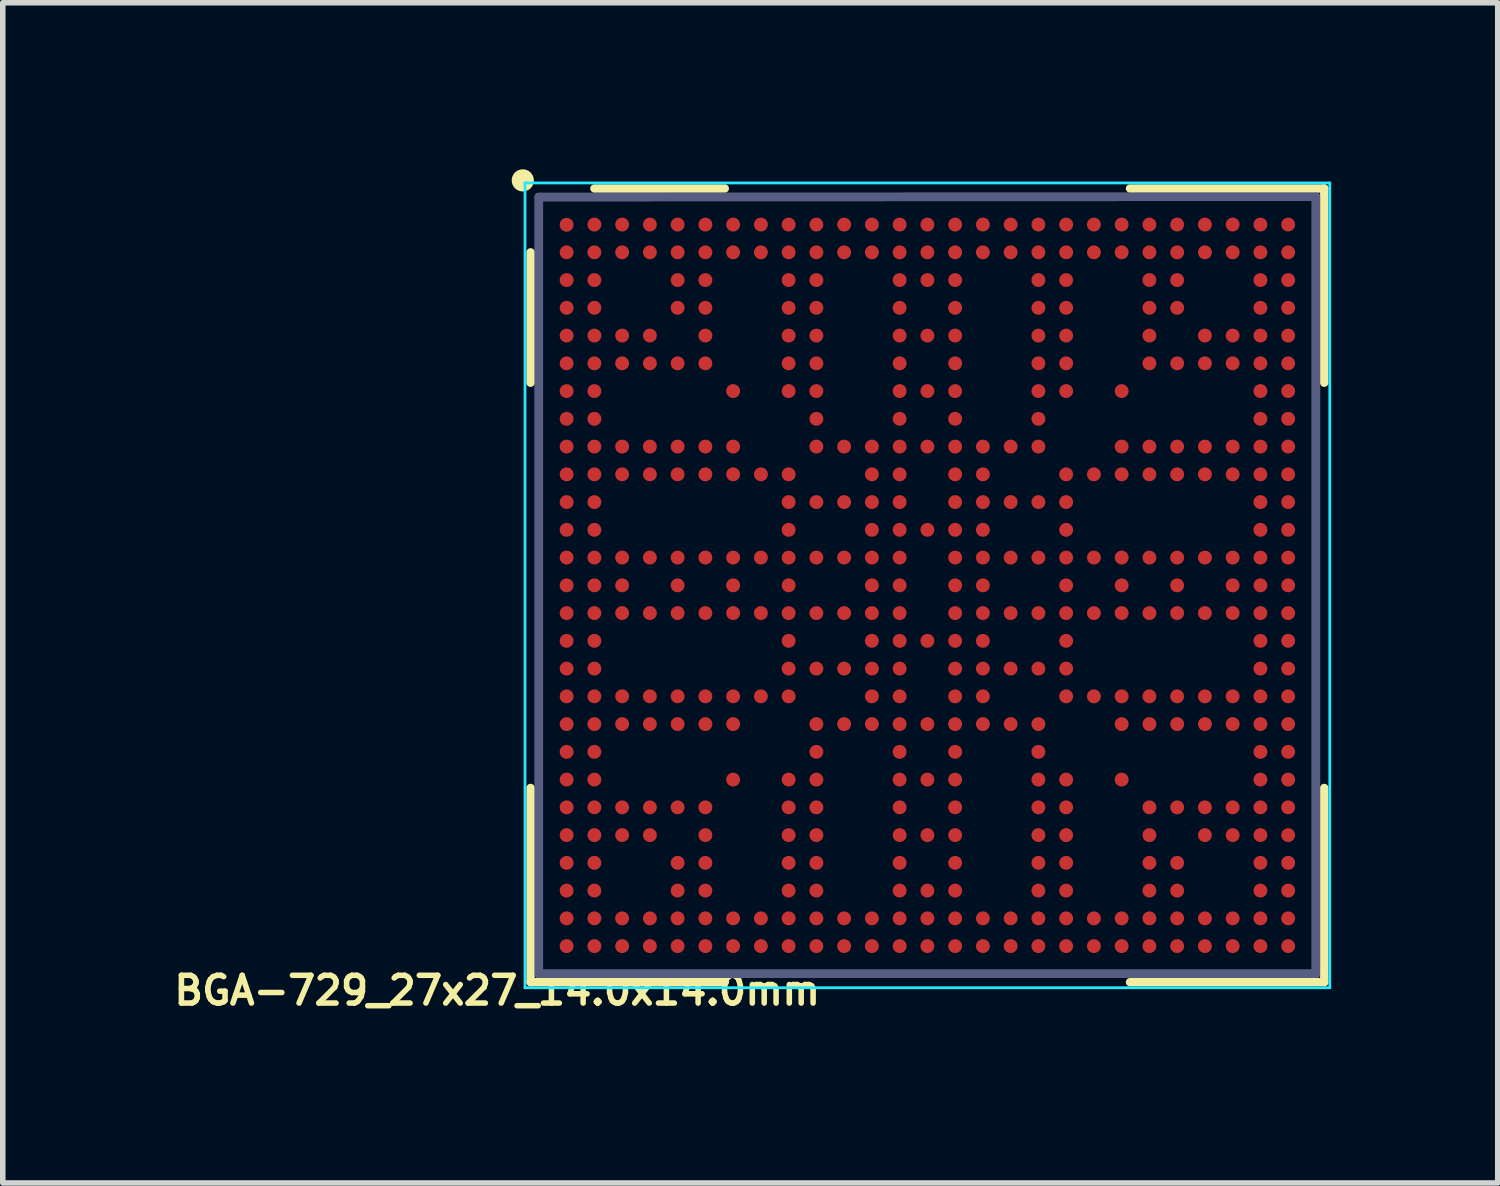
<source format=kicad_pcb>
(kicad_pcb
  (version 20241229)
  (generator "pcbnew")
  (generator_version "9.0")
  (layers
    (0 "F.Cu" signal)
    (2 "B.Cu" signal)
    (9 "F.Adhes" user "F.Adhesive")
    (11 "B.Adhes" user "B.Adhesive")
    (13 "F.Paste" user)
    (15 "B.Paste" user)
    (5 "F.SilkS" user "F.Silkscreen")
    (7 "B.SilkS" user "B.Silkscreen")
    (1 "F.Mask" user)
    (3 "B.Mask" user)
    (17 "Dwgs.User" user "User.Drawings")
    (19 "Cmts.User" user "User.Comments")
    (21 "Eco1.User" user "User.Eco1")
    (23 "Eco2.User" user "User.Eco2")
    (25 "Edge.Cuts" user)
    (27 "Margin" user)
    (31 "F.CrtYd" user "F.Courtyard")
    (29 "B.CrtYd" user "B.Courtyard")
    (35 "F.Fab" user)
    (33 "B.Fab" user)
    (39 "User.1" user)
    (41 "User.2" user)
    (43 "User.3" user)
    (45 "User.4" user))
  (footprint "BGA-729_27x27_14.0x14.0mm"
    (layer "F.Cu")
    (at 13.669 7.5)
    (property "Reference" "BGA-729_27x27_14.0x14.0mm" (at -7.76 7.296 0) (layer "F.SilkS") (effects (font (size 0.5 0.5) (thickness 0.1))))
    (attr smd)
    (fp_line (start -7.16 -3.654) (end -7.16 -6.004) (stroke (width 0.15) (type solid)) (layer "F.SilkS"))
    (fp_line (start -7.16 3.646) (end -7.16 7.146) (stroke (width 0.15) (type solid)) (layer "F.SilkS"))
    (fp_line (start -7.16 7.146) (end -3.66 7.146) (stroke (width 0.15) (type solid)) (layer "F.SilkS"))
    (fp_line (start -6.01 -7.154) (end -3.66 -7.154) (stroke (width 0.15) (type solid)) (layer "F.SilkS"))
    (fp_line (start 7.14 -7.154) (end 3.64 -7.154) (stroke (width 0.15) (type solid)) (layer "F.SilkS"))
    (fp_line (start 7.14 -3.654) (end 7.14 -7.154) (stroke (width 0.15) (type solid)) (layer "F.SilkS"))
    (fp_line (start 7.14 3.646) (end 7.14 7.146) (stroke (width 0.15) (type solid)) (layer "F.SilkS"))
    (fp_line (start 7.14 7.146) (end 3.64 7.146) (stroke (width 0.15) (type solid)) (layer "F.SilkS"))
    (fp_circle (center -7.3 -7.3) (end -7.2 -7.3) (stroke (width 0.2) (type solid)) (fill no) (layer "F.SilkS"))
    (fp_line (start -7.26 -7.254) (end -7.26 7.246) (stroke (width 0.05) (type solid)) (layer "B.CrtYd"))
    (fp_line (start -7.26 7.246) (end 7.24 7.246) (stroke (width 0.05) (type solid)) (layer "B.CrtYd"))
    (fp_line (start 7.24 -7.254) (end -7.26 -7.254) (stroke (width 0.05) (type solid)) (layer "B.CrtYd"))
    (fp_line (start 7.24 7.246) (end 7.24 -7.254) (stroke (width 0.05) (type solid)) (layer "B.CrtYd"))
    (fp_line (start -7.01 -7) (end 6.99 -7.004) (stroke (width 0.15) (type solid)) (layer "B.Fab"))
    (fp_line (start -7.01 6.996) (end -7.01 -7) (stroke (width 0.15) (type solid)) (layer "B.Fab"))
    (fp_line (start 6.99 -7.004) (end 6.99 6.996) (stroke (width 0.15) (type solid)) (layer "B.Fab"))
    (fp_line (start 6.99 6.996) (end -7.01 6.996) (stroke (width 0.15) (type solid)) (layer "B.Fab"))
    (fp_line (start -7.01 -7) (end 6.99 -7.004) (stroke (width 0.15) (type solid)) (layer "F.Fab"))
    (fp_line (start -7.01 6.996) (end -7.01 -7) (stroke (width 0.15) (type solid)) (layer "F.Fab"))
    (fp_line (start 6.99 -7.004) (end 6.99 6.996) (stroke (width 0.15) (type solid)) (layer "F.Fab"))
    (fp_line (start 6.99 6.996) (end -7.01 6.996) (stroke (width 0.15) (type solid)) (layer "F.Fab"))
    (pad "A1" smd circle (at -6.51 -6.5) (size 0.25 0.25) (layers "F.Cu" "F.Mask" "F.Paste"))
    (pad "A2" smd circle (at -6.01 -6.504) (size 0.25 0.25) (layers "F.Cu" "F.Mask" "F.Paste"))
    (pad "A3" smd circle (at -5.51 -6.504) (size 0.25 0.25) (layers "F.Cu" "F.Mask" "F.Paste"))
    (pad "A4" smd circle (at -5.01 -6.504) (size 0.25 0.25) (layers "F.Cu" "F.Mask" "F.Paste"))
    (pad "A5" smd circle (at -4.51 -6.504) (size 0.25 0.25) (layers "F.Cu" "F.Mask" "F.Paste"))
    (pad "A6" smd circle (at -4.01 -6.504) (size 0.25 0.25) (layers "F.Cu" "F.Mask" "F.Paste"))
    (pad "A7" smd circle (at -3.51 -6.504) (size 0.25 0.25) (layers "F.Cu" "F.Mask" "F.Paste"))
    (pad "A8" smd circle (at -3.01 -6.504) (size 0.25 0.25) (layers "F.Cu" "F.Mask" "F.Paste"))
    (pad "A9" smd circle (at -2.51 -6.504) (size 0.25 0.25) (layers "F.Cu" "F.Mask" "F.Paste"))
    (pad "A10" smd circle (at -2.01 -6.504) (size 0.25 0.25) (layers "F.Cu" "F.Mask" "F.Paste"))
    (pad "A11" smd circle (at -1.51 -6.504) (size 0.25 0.25) (layers "F.Cu" "F.Mask" "F.Paste"))
    (pad "A12" smd circle (at -1.01 -6.504) (size 0.25 0.25) (layers "F.Cu" "F.Mask" "F.Paste"))
    (pad "A13" smd circle (at -0.51 -6.504) (size 0.25 0.25) (layers "F.Cu" "F.Mask" "F.Paste"))
    (pad "A14" smd circle (at -0.01 -6.504) (size 0.25 0.25) (layers "F.Cu" "F.Mask" "F.Paste"))
    (pad "A15" smd circle (at 0.49 -6.504) (size 0.25 0.25) (layers "F.Cu" "F.Mask" "F.Paste"))
    (pad "A16" smd circle (at 0.99 -6.504) (size 0.25 0.25) (layers "F.Cu" "F.Mask" "F.Paste"))
    (pad "A17" smd circle (at 1.49 -6.504) (size 0.25 0.25) (layers "F.Cu" "F.Mask" "F.Paste"))
    (pad "A18" smd circle (at 1.99 -6.504) (size 0.25 0.25) (layers "F.Cu" "F.Mask" "F.Paste"))
    (pad "A19" smd circle (at 2.49 -6.504) (size 0.25 0.25) (layers "F.Cu" "F.Mask" "F.Paste"))
    (pad "A20" smd circle (at 2.99 -6.504) (size 0.25 0.25) (layers "F.Cu" "F.Mask" "F.Paste"))
    (pad "A21" smd circle (at 3.49 -6.504) (size 0.25 0.25) (layers "F.Cu" "F.Mask" "F.Paste"))
    (pad "A22" smd circle (at 3.99 -6.504) (size 0.25 0.25) (layers "F.Cu" "F.Mask" "F.Paste"))
    (pad "A23" smd circle (at 4.49 -6.504) (size 0.25 0.25) (layers "F.Cu" "F.Mask" "F.Paste"))
    (pad "A24" smd circle (at 4.99 -6.504) (size 0.25 0.25) (layers "F.Cu" "F.Mask" "F.Paste"))
    (pad "A25" smd circle (at 5.49 -6.504) (size 0.25 0.25) (layers "F.Cu" "F.Mask" "F.Paste"))
    (pad "A26" smd circle (at 5.99 -6.504) (size 0.25 0.25) (layers "F.Cu" "F.Mask" "F.Paste"))
    (pad "A27" smd circle (at 6.49 -6.504) (size 0.25 0.25) (layers "F.Cu" "F.Mask" "F.Paste"))
    (pad "AA1" smd circle (at -6.51 3.496) (size 0.25 0.25) (layers "F.Cu" "F.Mask" "F.Paste"))
    (pad "AA2" smd circle (at -6.01 3.496) (size 0.25 0.25) (layers "F.Cu" "F.Mask" "F.Paste"))
    (pad "AA7" smd circle (at -3.51 3.496) (size 0.25 0.25) (layers "F.Cu" "F.Mask" "F.Paste"))
    (pad "AA9" smd circle (at -2.51 3.496) (size 0.25 0.25) (layers "F.Cu" "F.Mask" "F.Paste"))
    (pad "AA10" smd circle (at -2.01 3.496) (size 0.25 0.25) (layers "F.Cu" "F.Mask" "F.Paste"))
    (pad "AA13" smd circle (at -0.51 3.496) (size 0.25 0.25) (layers "F.Cu" "F.Mask" "F.Paste"))
    (pad "AA14" smd circle (at -0.01 3.496) (size 0.25 0.25) (layers "F.Cu" "F.Mask" "F.Paste"))
    (pad "AA15" smd circle (at 0.49 3.496) (size 0.25 0.25) (layers "F.Cu" "F.Mask" "F.Paste"))
    (pad "AA18" smd circle (at 1.99 3.496) (size 0.25 0.25) (layers "F.Cu" "F.Mask" "F.Paste"))
    (pad "AA19" smd circle (at 2.49 3.496) (size 0.25 0.25) (layers "F.Cu" "F.Mask" "F.Paste"))
    (pad "AA21" smd circle (at 3.49 3.496) (size 0.25 0.25) (layers "F.Cu" "F.Mask" "F.Paste"))
    (pad "AA26" smd circle (at 5.99 3.496) (size 0.25 0.25) (layers "F.Cu" "F.Mask" "F.Paste"))
    (pad "AA27" smd circle (at 6.49 3.496) (size 0.25 0.25) (layers "F.Cu" "F.Mask" "F.Paste"))
    (pad "AB1" smd circle (at -6.51 3.996) (size 0.25 0.25) (layers "F.Cu" "F.Mask" "F.Paste"))
    (pad "AB2" smd circle (at -6.01 3.996) (size 0.25 0.25) (layers "F.Cu" "F.Mask" "F.Paste"))
    (pad "AB3" smd circle (at -5.51 3.996) (size 0.25 0.25) (layers "F.Cu" "F.Mask" "F.Paste"))
    (pad "AB4" smd circle (at -5.01 3.996) (size 0.25 0.25) (layers "F.Cu" "F.Mask" "F.Paste"))
    (pad "AB5" smd circle (at -4.51 3.996) (size 0.25 0.25) (layers "F.Cu" "F.Mask" "F.Paste"))
    (pad "AB6" smd circle (at -4.01 3.996) (size 0.25 0.25) (layers "F.Cu" "F.Mask" "F.Paste"))
    (pad "AB9" smd circle (at -2.51 3.996) (size 0.25 0.25) (layers "F.Cu" "F.Mask" "F.Paste"))
    (pad "AB10" smd circle (at -2.01 3.996) (size 0.25 0.25) (layers "F.Cu" "F.Mask" "F.Paste"))
    (pad "AB13" smd circle (at -0.51 3.996) (size 0.25 0.25) (layers "F.Cu" "F.Mask" "F.Paste"))
    (pad "AB15" smd circle (at 0.49 3.996) (size 0.25 0.25) (layers "F.Cu" "F.Mask" "F.Paste"))
    (pad "AB18" smd circle (at 1.99 3.996) (size 0.25 0.25) (layers "F.Cu" "F.Mask" "F.Paste"))
    (pad "AB19" smd circle (at 2.49 3.996) (size 0.25 0.25) (layers "F.Cu" "F.Mask" "F.Paste"))
    (pad "AB22" smd circle (at 3.99 3.996) (size 0.25 0.25) (layers "F.Cu" "F.Mask" "F.Paste"))
    (pad "AB23" smd circle (at 4.49 3.996) (size 0.25 0.25) (layers "F.Cu" "F.Mask" "F.Paste"))
    (pad "AB24" smd circle (at 4.99 3.996) (size 0.25 0.25) (layers "F.Cu" "F.Mask" "F.Paste"))
    (pad "AB25" smd circle (at 5.49 3.996) (size 0.25 0.25) (layers "F.Cu" "F.Mask" "F.Paste"))
    (pad "AB26" smd circle (at 5.99 3.996) (size 0.25 0.25) (layers "F.Cu" "F.Mask" "F.Paste"))
    (pad "AB27" smd circle (at 6.49 3.996) (size 0.25 0.25) (layers "F.Cu" "F.Mask" "F.Paste"))
    (pad "AC1" smd circle (at -6.51 4.496) (size 0.25 0.25) (layers "F.Cu" "F.Mask" "F.Paste"))
    (pad "AC2" smd circle (at -6.01 4.496) (size 0.25 0.25) (layers "F.Cu" "F.Mask" "F.Paste"))
    (pad "AC3" smd circle (at -5.51 4.496) (size 0.25 0.25) (layers "F.Cu" "F.Mask" "F.Paste"))
    (pad "AC4" smd circle (at -5.01 4.496) (size 0.25 0.25) (layers "F.Cu" "F.Mask" "F.Paste"))
    (pad "AC6" smd circle (at -4.01 4.496) (size 0.25 0.25) (layers "F.Cu" "F.Mask" "F.Paste"))
    (pad "AC9" smd circle (at -2.51 4.496) (size 0.25 0.25) (layers "F.Cu" "F.Mask" "F.Paste"))
    (pad "AC10" smd circle (at -2.01 4.496) (size 0.25 0.25) (layers "F.Cu" "F.Mask" "F.Paste"))
    (pad "AC13" smd circle (at -0.51 4.496) (size 0.25 0.25) (layers "F.Cu" "F.Mask" "F.Paste"))
    (pad "AC14" smd circle (at -0.01 4.496) (size 0.25 0.25) (layers "F.Cu" "F.Mask" "F.Paste"))
    (pad "AC15" smd circle (at 0.49 4.496) (size 0.25 0.25) (layers "F.Cu" "F.Mask" "F.Paste"))
    (pad "AC18" smd circle (at 1.99 4.496) (size 0.25 0.25) (layers "F.Cu" "F.Mask" "F.Paste"))
    (pad "AC19" smd circle (at 2.49 4.496) (size 0.25 0.25) (layers "F.Cu" "F.Mask" "F.Paste"))
    (pad "AC22" smd circle (at 3.99 4.496) (size 0.25 0.25) (layers "F.Cu" "F.Mask" "F.Paste"))
    (pad "AC24" smd circle (at 4.99 4.496) (size 0.25 0.25) (layers "F.Cu" "F.Mask" "F.Paste"))
    (pad "AC25" smd circle (at 5.49 4.496) (size 0.25 0.25) (layers "F.Cu" "F.Mask" "F.Paste"))
    (pad "AC26" smd circle (at 5.99 4.496) (size 0.25 0.25) (layers "F.Cu" "F.Mask" "F.Paste"))
    (pad "AC27" smd circle (at 6.49 4.496) (size 0.25 0.25) (layers "F.Cu" "F.Mask" "F.Paste"))
    (pad "AD1" smd circle (at -6.51 4.996) (size 0.25 0.25) (layers "F.Cu" "F.Mask" "F.Paste"))
    (pad "AD2" smd circle (at -6.01 4.996) (size 0.25 0.25) (layers "F.Cu" "F.Mask" "F.Paste"))
    (pad "AD5" smd circle (at -4.51 4.996) (size 0.25 0.25) (layers "F.Cu" "F.Mask" "F.Paste"))
    (pad "AD6" smd circle (at -4.01 4.996) (size 0.25 0.25) (layers "F.Cu" "F.Mask" "F.Paste"))
    (pad "AD9" smd circle (at -2.51 4.996) (size 0.25 0.25) (layers "F.Cu" "F.Mask" "F.Paste"))
    (pad "AD10" smd circle (at -2.01 4.996) (size 0.25 0.25) (layers "F.Cu" "F.Mask" "F.Paste"))
    (pad "AD13" smd circle (at -0.51 4.996) (size 0.25 0.25) (layers "F.Cu" "F.Mask" "F.Paste"))
    (pad "AD15" smd circle (at 0.49 4.996) (size 0.25 0.25) (layers "F.Cu" "F.Mask" "F.Paste"))
    (pad "AD18" smd circle (at 1.99 4.996) (size 0.25 0.25) (layers "F.Cu" "F.Mask" "F.Paste"))
    (pad "AD19" smd circle (at 2.49 4.996) (size 0.25 0.25) (layers "F.Cu" "F.Mask" "F.Paste"))
    (pad "AD22" smd circle (at 3.99 4.996) (size 0.25 0.25) (layers "F.Cu" "F.Mask" "F.Paste"))
    (pad "AD23" smd circle (at 4.49 4.996) (size 0.25 0.25) (layers "F.Cu" "F.Mask" "F.Paste"))
    (pad "AD26" smd circle (at 5.99 4.996) (size 0.25 0.25) (layers "F.Cu" "F.Mask" "F.Paste"))
    (pad "AD27" smd circle (at 6.49 4.996) (size 0.25 0.25) (layers "F.Cu" "F.Mask" "F.Paste"))
    (pad "AE1" smd circle (at -6.51 5.496) (size 0.25 0.25) (layers "F.Cu" "F.Mask" "F.Paste"))
    (pad "AE2" smd circle (at -6.01 5.496) (size 0.25 0.25) (layers "F.Cu" "F.Mask" "F.Paste"))
    (pad "AE5" smd circle (at -4.51 5.496) (size 0.25 0.25) (layers "F.Cu" "F.Mask" "F.Paste"))
    (pad "AE6" smd circle (at -4.01 5.496) (size 0.25 0.25) (layers "F.Cu" "F.Mask" "F.Paste"))
    (pad "AE9" smd circle (at -2.51 5.496) (size 0.25 0.25) (layers "F.Cu" "F.Mask" "F.Paste"))
    (pad "AE10" smd circle (at -2.01 5.496) (size 0.25 0.25) (layers "F.Cu" "F.Mask" "F.Paste"))
    (pad "AE13" smd circle (at -0.51 5.496) (size 0.25 0.25) (layers "F.Cu" "F.Mask" "F.Paste"))
    (pad "AE14" smd circle (at -0.01 5.496) (size 0.25 0.25) (layers "F.Cu" "F.Mask" "F.Paste"))
    (pad "AE15" smd circle (at 0.49 5.496) (size 0.25 0.25) (layers "F.Cu" "F.Mask" "F.Paste"))
    (pad "AE18" smd circle (at 1.99 5.496) (size 0.25 0.25) (layers "F.Cu" "F.Mask" "F.Paste"))
    (pad "AE19" smd circle (at 2.49 5.496) (size 0.25 0.25) (layers "F.Cu" "F.Mask" "F.Paste"))
    (pad "AE22" smd circle (at 3.99 5.496) (size 0.25 0.25) (layers "F.Cu" "F.Mask" "F.Paste"))
    (pad "AE23" smd circle (at 4.49 5.496) (size 0.25 0.25) (layers "F.Cu" "F.Mask" "F.Paste"))
    (pad "AE26" smd circle (at 5.99 5.496) (size 0.25 0.25) (layers "F.Cu" "F.Mask" "F.Paste"))
    (pad "AE27" smd circle (at 6.49 5.496) (size 0.25 0.25) (layers "F.Cu" "F.Mask" "F.Paste"))
    (pad "AF1" smd circle (at -6.51 5.996) (size 0.25 0.25) (layers "F.Cu" "F.Mask" "F.Paste"))
    (pad "AF2" smd circle (at -6.01 5.996) (size 0.25 0.25) (layers "F.Cu" "F.Mask" "F.Paste"))
    (pad "AF3" smd circle (at -5.51 5.996) (size 0.25 0.25) (layers "F.Cu" "F.Mask" "F.Paste"))
    (pad "AF4" smd circle (at -5.01 5.996) (size 0.25 0.25) (layers "F.Cu" "F.Mask" "F.Paste"))
    (pad "AF5" smd circle (at -4.51 5.996) (size 0.25 0.25) (layers "F.Cu" "F.Mask" "F.Paste"))
    (pad "AF6" smd circle (at -4.01 5.996) (size 0.25 0.25) (layers "F.Cu" "F.Mask" "F.Paste"))
    (pad "AF7" smd circle (at -3.51 5.996) (size 0.25 0.25) (layers "F.Cu" "F.Mask" "F.Paste"))
    (pad "AF8" smd circle (at -3.01 5.996) (size 0.25 0.25) (layers "F.Cu" "F.Mask" "F.Paste"))
    (pad "AF9" smd circle (at -2.51 5.996) (size 0.25 0.25) (layers "F.Cu" "F.Mask" "F.Paste"))
    (pad "AF10" smd circle (at -2.01 5.996) (size 0.25 0.25) (layers "F.Cu" "F.Mask" "F.Paste"))
    (pad "AF11" smd circle (at -1.51 5.996) (size 0.25 0.25) (layers "F.Cu" "F.Mask" "F.Paste"))
    (pad "AF12" smd circle (at -1.01 5.996) (size 0.25 0.25) (layers "F.Cu" "F.Mask" "F.Paste"))
    (pad "AF13" smd circle (at -0.51 5.996) (size 0.25 0.25) (layers "F.Cu" "F.Mask" "F.Paste"))
    (pad "AF14" smd circle (at -0.01 5.996) (size 0.25 0.25) (layers "F.Cu" "F.Mask" "F.Paste"))
    (pad "AF15" smd circle (at 0.49 5.996) (size 0.25 0.25) (layers "F.Cu" "F.Mask" "F.Paste"))
    (pad "AF16" smd circle (at 0.99 5.996) (size 0.25 0.25) (layers "F.Cu" "F.Mask" "F.Paste"))
    (pad "AF17" smd circle (at 1.49 5.996) (size 0.25 0.25) (layers "F.Cu" "F.Mask" "F.Paste"))
    (pad "AF18" smd circle (at 1.99 5.996) (size 0.25 0.25) (layers "F.Cu" "F.Mask" "F.Paste"))
    (pad "AF19" smd circle (at 2.49 5.996) (size 0.25 0.25) (layers "F.Cu" "F.Mask" "F.Paste"))
    (pad "AF20" smd circle (at 2.99 5.996) (size 0.25 0.25) (layers "F.Cu" "F.Mask" "F.Paste"))
    (pad "AF21" smd circle (at 3.49 5.996) (size 0.25 0.25) (layers "F.Cu" "F.Mask" "F.Paste"))
    (pad "AF22" smd circle (at 3.99 5.996) (size 0.25 0.25) (layers "F.Cu" "F.Mask" "F.Paste"))
    (pad "AF23" smd circle (at 4.49 5.996) (size 0.25 0.25) (layers "F.Cu" "F.Mask" "F.Paste"))
    (pad "AF24" smd circle (at 4.99 5.996) (size 0.25 0.25) (layers "F.Cu" "F.Mask" "F.Paste"))
    (pad "AF25" smd circle (at 5.49 5.996) (size 0.25 0.25) (layers "F.Cu" "F.Mask" "F.Paste"))
    (pad "AF26" smd circle (at 5.99 5.996) (size 0.25 0.25) (layers "F.Cu" "F.Mask" "F.Paste"))
    (pad "AF27" smd circle (at 6.49 5.996) (size 0.25 0.25) (layers "F.Cu" "F.Mask" "F.Paste"))
    (pad "AG1" smd circle (at -6.51 6.496) (size 0.25 0.25) (layers "F.Cu" "F.Mask" "F.Paste"))
    (pad "AG2" smd circle (at -6.01 6.496) (size 0.25 0.25) (layers "F.Cu" "F.Mask" "F.Paste"))
    (pad "AG3" smd circle (at -5.51 6.496) (size 0.25 0.25) (layers "F.Cu" "F.Mask" "F.Paste"))
    (pad "AG4" smd circle (at -5.01 6.496) (size 0.25 0.25) (layers "F.Cu" "F.Mask" "F.Paste"))
    (pad "AG5" smd circle (at -4.51 6.496) (size 0.25 0.25) (layers "F.Cu" "F.Mask" "F.Paste"))
    (pad "AG6" smd circle (at -4.01 6.496) (size 0.25 0.25) (layers "F.Cu" "F.Mask" "F.Paste"))
    (pad "AG7" smd circle (at -3.51 6.496) (size 0.25 0.25) (layers "F.Cu" "F.Mask" "F.Paste"))
    (pad "AG8" smd circle (at -3.01 6.496) (size 0.25 0.25) (layers "F.Cu" "F.Mask" "F.Paste"))
    (pad "AG9" smd circle (at -2.51 6.496) (size 0.25 0.25) (layers "F.Cu" "F.Mask" "F.Paste"))
    (pad "AG10" smd circle (at -2.01 6.496) (size 0.25 0.25) (layers "F.Cu" "F.Mask" "F.Paste"))
    (pad "AG11" smd circle (at -1.51 6.496) (size 0.25 0.25) (layers "F.Cu" "F.Mask" "F.Paste"))
    (pad "AG12" smd circle (at -1.01 6.496) (size 0.25 0.25) (layers "F.Cu" "F.Mask" "F.Paste"))
    (pad "AG13" smd circle (at -0.51 6.496) (size 0.25 0.25) (layers "F.Cu" "F.Mask" "F.Paste"))
    (pad "AG14" smd circle (at -0.01 6.496) (size 0.25 0.25) (layers "F.Cu" "F.Mask" "F.Paste"))
    (pad "AG15" smd circle (at 0.49 6.496) (size 0.25 0.25) (layers "F.Cu" "F.Mask" "F.Paste"))
    (pad "AG16" smd circle (at 0.99 6.496) (size 0.25 0.25) (layers "F.Cu" "F.Mask" "F.Paste"))
    (pad "AG17" smd circle (at 1.49 6.496) (size 0.25 0.25) (layers "F.Cu" "F.Mask" "F.Paste"))
    (pad "AG18" smd circle (at 1.99 6.496) (size 0.25 0.25) (layers "F.Cu" "F.Mask" "F.Paste"))
    (pad "AG19" smd circle (at 2.49 6.496) (size 0.25 0.25) (layers "F.Cu" "F.Mask" "F.Paste"))
    (pad "AG20" smd circle (at 2.99 6.496) (size 0.25 0.25) (layers "F.Cu" "F.Mask" "F.Paste"))
    (pad "AG21" smd circle (at 3.49 6.496) (size 0.25 0.25) (layers "F.Cu" "F.Mask" "F.Paste"))
    (pad "AG22" smd circle (at 3.99 6.496) (size 0.25 0.25) (layers "F.Cu" "F.Mask" "F.Paste"))
    (pad "AG23" smd circle (at 4.49 6.496) (size 0.25 0.25) (layers "F.Cu" "F.Mask" "F.Paste"))
    (pad "AG24" smd circle (at 4.99 6.496) (size 0.25 0.25) (layers "F.Cu" "F.Mask" "F.Paste"))
    (pad "AG25" smd circle (at 5.49 6.496) (size 0.25 0.25) (layers "F.Cu" "F.Mask" "F.Paste"))
    (pad "AG26" smd circle (at 5.99 6.496) (size 0.25 0.25) (layers "F.Cu" "F.Mask" "F.Paste"))
    (pad "AG27" smd circle (at 6.49 6.496) (size 0.25 0.25) (layers "F.Cu" "F.Mask" "F.Paste"))
    (pad "B1" smd circle (at -6.51 -6.004) (size 0.25 0.25) (layers "F.Cu" "F.Mask" "F.Paste"))
    (pad "B2" smd circle (at -6.01 -6.004) (size 0.25 0.25) (layers "F.Cu" "F.Mask" "F.Paste"))
    (pad "B3" smd circle (at -5.51 -6.004) (size 0.25 0.25) (layers "F.Cu" "F.Mask" "F.Paste"))
    (pad "B4" smd circle (at -5.01 -6.004) (size 0.25 0.25) (layers "F.Cu" "F.Mask" "F.Paste"))
    (pad "B5" smd circle (at -4.51 -6.004) (size 0.25 0.25) (layers "F.Cu" "F.Mask" "F.Paste"))
    (pad "B6" smd circle (at -4.01 -6.004) (size 0.25 0.25) (layers "F.Cu" "F.Mask" "F.Paste"))
    (pad "B7" smd circle (at -3.51 -6.004) (size 0.25 0.25) (layers "F.Cu" "F.Mask" "F.Paste"))
    (pad "B8" smd circle (at -3.01 -6.004) (size 0.25 0.25) (layers "F.Cu" "F.Mask" "F.Paste"))
    (pad "B9" smd circle (at -2.51 -6.004) (size 0.25 0.25) (layers "F.Cu" "F.Mask" "F.Paste"))
    (pad "B10" smd circle (at -2.01 -6.004) (size 0.25 0.25) (layers "F.Cu" "F.Mask" "F.Paste"))
    (pad "B11" smd circle (at -1.51 -6.004) (size 0.25 0.25) (layers "F.Cu" "F.Mask" "F.Paste"))
    (pad "B12" smd circle (at -1.01 -6.004) (size 0.25 0.25) (layers "F.Cu" "F.Mask" "F.Paste"))
    (pad "B13" smd circle (at -0.51 -6.004) (size 0.25 0.25) (layers "F.Cu" "F.Mask" "F.Paste"))
    (pad "B14" smd circle (at -0.01 -6.004) (size 0.25 0.25) (layers "F.Cu" "F.Mask" "F.Paste"))
    (pad "B15" smd circle (at 0.49 -6.004) (size 0.25 0.25) (layers "F.Cu" "F.Mask" "F.Paste"))
    (pad "B16" smd circle (at 0.99 -6.004) (size 0.25 0.25) (layers "F.Cu" "F.Mask" "F.Paste"))
    (pad "B17" smd circle (at 1.49 -6.004) (size 0.25 0.25) (layers "F.Cu" "F.Mask" "F.Paste"))
    (pad "B18" smd circle (at 1.99 -6.004) (size 0.25 0.25) (layers "F.Cu" "F.Mask" "F.Paste"))
    (pad "B19" smd circle (at 2.49 -6.004) (size 0.25 0.25) (layers "F.Cu" "F.Mask" "F.Paste"))
    (pad "B20" smd circle (at 2.99 -6.004) (size 0.25 0.25) (layers "F.Cu" "F.Mask" "F.Paste"))
    (pad "B21" smd circle (at 3.49 -6.004) (size 0.25 0.25) (layers "F.Cu" "F.Mask" "F.Paste"))
    (pad "B22" smd circle (at 3.99 -6.004) (size 0.25 0.25) (layers "F.Cu" "F.Mask" "F.Paste"))
    (pad "B23" smd circle (at 4.49 -6.004) (size 0.25 0.25) (layers "F.Cu" "F.Mask" "F.Paste"))
    (pad "B24" smd circle (at 4.99 -6.004) (size 0.25 0.25) (layers "F.Cu" "F.Mask" "F.Paste"))
    (pad "B25" smd circle (at 5.49 -6.004) (size 0.25 0.25) (layers "F.Cu" "F.Mask" "F.Paste"))
    (pad "B26" smd circle (at 5.99 -6.004) (size 0.25 0.25) (layers "F.Cu" "F.Mask" "F.Paste"))
    (pad "B27" smd circle (at 6.49 -6.004) (size 0.25 0.25) (layers "F.Cu" "F.Mask" "F.Paste"))
    (pad "C1" smd circle (at -6.51 -5.504) (size 0.25 0.25) (layers "F.Cu" "F.Mask" "F.Paste"))
    (pad "C2" smd circle (at -6.01 -5.504) (size 0.25 0.25) (layers "F.Cu" "F.Mask" "F.Paste"))
    (pad "C5" smd circle (at -4.51 -5.504) (size 0.25 0.25) (layers "F.Cu" "F.Mask" "F.Paste"))
    (pad "C6" smd circle (at -4.01 -5.504) (size 0.25 0.25) (layers "F.Cu" "F.Mask" "F.Paste"))
    (pad "C9" smd circle (at -2.51 -5.504) (size 0.25 0.25) (layers "F.Cu" "F.Mask" "F.Paste"))
    (pad "C10" smd circle (at -2.01 -5.504) (size 0.25 0.25) (layers "F.Cu" "F.Mask" "F.Paste"))
    (pad "C13" smd circle (at -0.51 -5.504) (size 0.25 0.25) (layers "F.Cu" "F.Mask" "F.Paste"))
    (pad "C14" smd circle (at -0.01 -5.504) (size 0.25 0.25) (layers "F.Cu" "F.Mask" "F.Paste"))
    (pad "C15" smd circle (at 0.49 -5.504) (size 0.25 0.25) (layers "F.Cu" "F.Mask" "F.Paste"))
    (pad "C18" smd circle (at 1.99 -5.504) (size 0.25 0.25) (layers "F.Cu" "F.Mask" "F.Paste"))
    (pad "C19" smd circle (at 2.49 -5.504) (size 0.25 0.25) (layers "F.Cu" "F.Mask" "F.Paste"))
    (pad "C22" smd circle (at 3.99 -5.504) (size 0.25 0.25) (layers "F.Cu" "F.Mask" "F.Paste"))
    (pad "C23" smd circle (at 4.49 -5.504) (size 0.25 0.25) (layers "F.Cu" "F.Mask" "F.Paste"))
    (pad "C26" smd circle (at 5.99 -5.504) (size 0.25 0.25) (layers "F.Cu" "F.Mask" "F.Paste"))
    (pad "C27" smd circle (at 6.49 -5.504) (size 0.25 0.25) (layers "F.Cu" "F.Mask" "F.Paste"))
    (pad "D1" smd circle (at -6.51 -5.004) (size 0.25 0.25) (layers "F.Cu" "F.Mask" "F.Paste"))
    (pad "D2" smd circle (at -6.01 -5.004) (size 0.25 0.25) (layers "F.Cu" "F.Mask" "F.Paste"))
    (pad "D5" smd circle (at -4.51 -5.004) (size 0.25 0.25) (layers "F.Cu" "F.Mask" "F.Paste"))
    (pad "D6" smd circle (at -4.01 -5.004) (size 0.25 0.25) (layers "F.Cu" "F.Mask" "F.Paste"))
    (pad "D9" smd circle (at -2.51 -5.004) (size 0.25 0.25) (layers "F.Cu" "F.Mask" "F.Paste"))
    (pad "D10" smd circle (at -2.01 -5.004) (size 0.25 0.25) (layers "F.Cu" "F.Mask" "F.Paste"))
    (pad "D13" smd circle (at -0.51 -5.004) (size 0.25 0.25) (layers "F.Cu" "F.Mask" "F.Paste"))
    (pad "D15" smd circle (at 0.49 -5.004) (size 0.25 0.25) (layers "F.Cu" "F.Mask" "F.Paste"))
    (pad "D18" smd circle (at 1.99 -5.004) (size 0.25 0.25) (layers "F.Cu" "F.Mask" "F.Paste"))
    (pad "D19" smd circle (at 2.49 -5.004) (size 0.25 0.25) (layers "F.Cu" "F.Mask" "F.Paste"))
    (pad "D22" smd circle (at 3.99 -5.004) (size 0.25 0.25) (layers "F.Cu" "F.Mask" "F.Paste"))
    (pad "D23" smd circle (at 4.49 -5.004) (size 0.25 0.25) (layers "F.Cu" "F.Mask" "F.Paste"))
    (pad "D26" smd circle (at 5.99 -5.004) (size 0.25 0.25) (layers "F.Cu" "F.Mask" "F.Paste"))
    (pad "D27" smd circle (at 6.49 -5.004) (size 0.25 0.25) (layers "F.Cu" "F.Mask" "F.Paste"))
    (pad "E1" smd circle (at -6.51 -4.504) (size 0.25 0.25) (layers "F.Cu" "F.Mask" "F.Paste"))
    (pad "E2" smd circle (at -6.01 -4.504) (size 0.25 0.25) (layers "F.Cu" "F.Mask" "F.Paste"))
    (pad "E3" smd circle (at -5.51 -4.504) (size 0.25 0.25) (layers "F.Cu" "F.Mask" "F.Paste"))
    (pad "E4" smd circle (at -5.01 -4.504) (size 0.25 0.25) (layers "F.Cu" "F.Mask" "F.Paste"))
    (pad "E6" smd circle (at -4.01 -4.504) (size 0.25 0.25) (layers "F.Cu" "F.Mask" "F.Paste"))
    (pad "E9" smd circle (at -2.51 -4.504) (size 0.25 0.25) (layers "F.Cu" "F.Mask" "F.Paste"))
    (pad "E10" smd circle (at -2.01 -4.504) (size 0.25 0.25) (layers "F.Cu" "F.Mask" "F.Paste"))
    (pad "E13" smd circle (at -0.51 -4.504) (size 0.25 0.25) (layers "F.Cu" "F.Mask" "F.Paste"))
    (pad "E14" smd circle (at -0.01 -4.504) (size 0.25 0.25) (layers "F.Cu" "F.Mask" "F.Paste"))
    (pad "E15" smd circle (at 0.49 -4.504) (size 0.25 0.25) (layers "F.Cu" "F.Mask" "F.Paste"))
    (pad "E18" smd circle (at 1.99 -4.504) (size 0.25 0.25) (layers "F.Cu" "F.Mask" "F.Paste"))
    (pad "E19" smd circle (at 2.49 -4.504) (size 0.25 0.25) (layers "F.Cu" "F.Mask" "F.Paste"))
    (pad "E22" smd circle (at 3.99 -4.504) (size 0.25 0.25) (layers "F.Cu" "F.Mask" "F.Paste"))
    (pad "E24" smd circle (at 4.99 -4.504) (size 0.25 0.25) (layers "F.Cu" "F.Mask" "F.Paste"))
    (pad "E25" smd circle (at 5.49 -4.504) (size 0.25 0.25) (layers "F.Cu" "F.Mask" "F.Paste"))
    (pad "E26" smd circle (at 5.99 -4.504) (size 0.25 0.25) (layers "F.Cu" "F.Mask" "F.Paste"))
    (pad "E27" smd circle (at 6.49 -4.504) (size 0.25 0.25) (layers "F.Cu" "F.Mask" "F.Paste"))
    (pad "F1" smd circle (at -6.51 -4.004) (size 0.25 0.25) (layers "F.Cu" "F.Mask" "F.Paste"))
    (pad "F2" smd circle (at -6.01 -4.004) (size 0.25 0.25) (layers "F.Cu" "F.Mask" "F.Paste"))
    (pad "F3" smd circle (at -5.51 -4.004) (size 0.25 0.25) (layers "F.Cu" "F.Mask" "F.Paste"))
    (pad "F4" smd circle (at -5.01 -4.004) (size 0.25 0.25) (layers "F.Cu" "F.Mask" "F.Paste"))
    (pad "F5" smd circle (at -4.51 -4.004) (size 0.25 0.25) (layers "F.Cu" "F.Mask" "F.Paste"))
    (pad "F6" smd circle (at -4.01 -4.004) (size 0.25 0.25) (layers "F.Cu" "F.Mask" "F.Paste"))
    (pad "F9" smd circle (at -2.51 -4.004) (size 0.25 0.25) (layers "F.Cu" "F.Mask" "F.Paste"))
    (pad "F10" smd circle (at -2.01 -4.004) (size 0.25 0.25) (layers "F.Cu" "F.Mask" "F.Paste"))
    (pad "F13" smd circle (at -0.51 -4.004) (size 0.25 0.25) (layers "F.Cu" "F.Mask" "F.Paste"))
    (pad "F15" smd circle (at 0.49 -4.004) (size 0.25 0.25) (layers "F.Cu" "F.Mask" "F.Paste"))
    (pad "F18" smd circle (at 1.99 -4.004) (size 0.25 0.25) (layers "F.Cu" "F.Mask" "F.Paste"))
    (pad "F19" smd circle (at 2.49 -4.004) (size 0.25 0.25) (layers "F.Cu" "F.Mask" "F.Paste"))
    (pad "F22" smd circle (at 3.99 -4.004) (size 0.25 0.25) (layers "F.Cu" "F.Mask" "F.Paste"))
    (pad "F23" smd circle (at 4.49 -4.004) (size 0.25 0.25) (layers "F.Cu" "F.Mask" "F.Paste"))
    (pad "F24" smd circle (at 4.99 -4.004) (size 0.25 0.25) (layers "F.Cu" "F.Mask" "F.Paste"))
    (pad "F25" smd circle (at 5.49 -4.004) (size 0.25 0.25) (layers "F.Cu" "F.Mask" "F.Paste"))
    (pad "F26" smd circle (at 5.99 -4.004) (size 0.25 0.25) (layers "F.Cu" "F.Mask" "F.Paste"))
    (pad "F27" smd circle (at 6.49 -4.004) (size 0.25 0.25) (layers "F.Cu" "F.Mask" "F.Paste"))
    (pad "G1" smd circle (at -6.51 -3.504) (size 0.25 0.25) (layers "F.Cu" "F.Mask" "F.Paste"))
    (pad "G2" smd circle (at -6.01 -3.504) (size 0.25 0.25) (layers "F.Cu" "F.Mask" "F.Paste"))
    (pad "G7" smd circle (at -3.51 -3.504) (size 0.25 0.25) (layers "F.Cu" "F.Mask" "F.Paste"))
    (pad "G9" smd circle (at -2.51 -3.504) (size 0.25 0.25) (layers "F.Cu" "F.Mask" "F.Paste"))
    (pad "G10" smd circle (at -2.01 -3.504) (size 0.25 0.25) (layers "F.Cu" "F.Mask" "F.Paste"))
    (pad "G13" smd circle (at -0.51 -3.504) (size 0.25 0.25) (layers "F.Cu" "F.Mask" "F.Paste"))
    (pad "G14" smd circle (at -0.01 -3.504) (size 0.25 0.25) (layers "F.Cu" "F.Mask" "F.Paste"))
    (pad "G15" smd circle (at 0.49 -3.504) (size 0.25 0.25) (layers "F.Cu" "F.Mask" "F.Paste"))
    (pad "G18" smd circle (at 1.99 -3.504) (size 0.25 0.25) (layers "F.Cu" "F.Mask" "F.Paste"))
    (pad "G19" smd circle (at 2.49 -3.504) (size 0.25 0.25) (layers "F.Cu" "F.Mask" "F.Paste"))
    (pad "G21" smd circle (at 3.49 -3.504) (size 0.25 0.25) (layers "F.Cu" "F.Mask" "F.Paste"))
    (pad "G26" smd circle (at 5.99 -3.504) (size 0.25 0.25) (layers "F.Cu" "F.Mask" "F.Paste"))
    (pad "G27" smd circle (at 6.49 -3.504) (size 0.25 0.25) (layers "F.Cu" "F.Mask" "F.Paste"))
    (pad "H1" smd circle (at -6.51 -3.004) (size 0.25 0.25) (layers "F.Cu" "F.Mask" "F.Paste"))
    (pad "H2" smd circle (at -6.01 -3.004) (size 0.25 0.25) (layers "F.Cu" "F.Mask" "F.Paste"))
    (pad "H10" smd circle (at -2.01 -3.004) (size 0.25 0.25) (layers "F.Cu" "F.Mask" "F.Paste"))
    (pad "H13" smd circle (at -0.51 -3.004) (size 0.25 0.25) (layers "F.Cu" "F.Mask" "F.Paste"))
    (pad "H15" smd circle (at 0.49 -3.004) (size 0.25 0.25) (layers "F.Cu" "F.Mask" "F.Paste"))
    (pad "H18" smd circle (at 1.99 -3.004) (size 0.25 0.25) (layers "F.Cu" "F.Mask" "F.Paste"))
    (pad "H26" smd circle (at 5.99 -3.004) (size 0.25 0.25) (layers "F.Cu" "F.Mask" "F.Paste"))
    (pad "H27" smd circle (at 6.49 -3.004) (size 0.25 0.25) (layers "F.Cu" "F.Mask" "F.Paste"))
    (pad "J1" smd circle (at -6.51 -2.504) (size 0.25 0.25) (layers "F.Cu" "F.Mask" "F.Paste"))
    (pad "J2" smd circle (at -6.01 -2.504) (size 0.25 0.25) (layers "F.Cu" "F.Mask" "F.Paste"))
    (pad "J3" smd circle (at -5.51 -2.504) (size 0.25 0.25) (layers "F.Cu" "F.Mask" "F.Paste"))
    (pad "J4" smd circle (at -5.01 -2.504) (size 0.25 0.25) (layers "F.Cu" "F.Mask" "F.Paste"))
    (pad "J5" smd circle (at -4.51 -2.504) (size 0.25 0.25) (layers "F.Cu" "F.Mask" "F.Paste"))
    (pad "J6" smd circle (at -4.01 -2.504) (size 0.25 0.25) (layers "F.Cu" "F.Mask" "F.Paste"))
    (pad "J7" smd circle (at -3.51 -2.504) (size 0.25 0.25) (layers "F.Cu" "F.Mask" "F.Paste"))
    (pad "J10" smd circle (at -2.01 -2.504) (size 0.25 0.25) (layers "F.Cu" "F.Mask" "F.Paste"))
    (pad "J11" smd circle (at -1.51 -2.504) (size 0.25 0.25) (layers "F.Cu" "F.Mask" "F.Paste"))
    (pad "J12" smd circle (at -1.01 -2.504) (size 0.25 0.25) (layers "F.Cu" "F.Mask" "F.Paste"))
    (pad "J13" smd circle (at -0.51 -2.504) (size 0.25 0.25) (layers "F.Cu" "F.Mask" "F.Paste"))
    (pad "J14" smd circle (at -0.01 -2.504) (size 0.25 0.25) (layers "F.Cu" "F.Mask" "F.Paste"))
    (pad "J15" smd circle (at 0.49 -2.504) (size 0.25 0.25) (layers "F.Cu" "F.Mask" "F.Paste"))
    (pad "J16" smd circle (at 0.99 -2.504) (size 0.25 0.25) (layers "F.Cu" "F.Mask" "F.Paste"))
    (pad "J17" smd circle (at 1.49 -2.504) (size 0.25 0.25) (layers "F.Cu" "F.Mask" "F.Paste"))
    (pad "J18" smd circle (at 1.99 -2.504) (size 0.25 0.25) (layers "F.Cu" "F.Mask" "F.Paste"))
    (pad "J21" smd circle (at 3.49 -2.504) (size 0.25 0.25) (layers "F.Cu" "F.Mask" "F.Paste"))
    (pad "J22" smd circle (at 3.99 -2.504) (size 0.25 0.25) (layers "F.Cu" "F.Mask" "F.Paste"))
    (pad "J23" smd circle (at 4.49 -2.504) (size 0.25 0.25) (layers "F.Cu" "F.Mask" "F.Paste"))
    (pad "J24" smd circle (at 4.99 -2.504) (size 0.25 0.25) (layers "F.Cu" "F.Mask" "F.Paste"))
    (pad "J25" smd circle (at 5.49 -2.504) (size 0.25 0.25) (layers "F.Cu" "F.Mask" "F.Paste"))
    (pad "J26" smd circle (at 5.99 -2.504) (size 0.25 0.25) (layers "F.Cu" "F.Mask" "F.Paste"))
    (pad "J27" smd circle (at 6.49 -2.504) (size 0.25 0.25) (layers "F.Cu" "F.Mask" "F.Paste"))
    (pad "K1" smd circle (at -6.51 -2.004) (size 0.25 0.25) (layers "F.Cu" "F.Mask" "F.Paste"))
    (pad "K2" smd circle (at -6.01 -2.004) (size 0.25 0.25) (layers "F.Cu" "F.Mask" "F.Paste"))
    (pad "K3" smd circle (at -5.51 -2.004) (size 0.25 0.25) (layers "F.Cu" "F.Mask" "F.Paste"))
    (pad "K4" smd circle (at -5.01 -2.004) (size 0.25 0.25) (layers "F.Cu" "F.Mask" "F.Paste"))
    (pad "K5" smd circle (at -4.51 -2.004) (size 0.25 0.25) (layers "F.Cu" "F.Mask" "F.Paste"))
    (pad "K6" smd circle (at -4.01 -2.004) (size 0.25 0.25) (layers "F.Cu" "F.Mask" "F.Paste"))
    (pad "K7" smd circle (at -3.51 -2.004) (size 0.25 0.25) (layers "F.Cu" "F.Mask" "F.Paste"))
    (pad "K8" smd circle (at -3.01 -2.004) (size 0.25 0.25) (layers "F.Cu" "F.Mask" "F.Paste"))
    (pad "K9" smd circle (at -2.51 -2.004) (size 0.25 0.25) (layers "F.Cu" "F.Mask" "F.Paste"))
    (pad "K12" smd circle (at -1.01 -2.004) (size 0.25 0.25) (layers "F.Cu" "F.Mask" "F.Paste"))
    (pad "K13" smd circle (at -0.51 -2.004) (size 0.25 0.25) (layers "F.Cu" "F.Mask" "F.Paste"))
    (pad "K15" smd circle (at 0.49 -2.004) (size 0.25 0.25) (layers "F.Cu" "F.Mask" "F.Paste"))
    (pad "K16" smd circle (at 0.99 -2.004) (size 0.25 0.25) (layers "F.Cu" "F.Mask" "F.Paste"))
    (pad "K19" smd circle (at 2.49 -2.004) (size 0.25 0.25) (layers "F.Cu" "F.Mask" "F.Paste"))
    (pad "K20" smd circle (at 2.99 -2.004) (size 0.25 0.25) (layers "F.Cu" "F.Mask" "F.Paste"))
    (pad "K21" smd circle (at 3.49 -2.004) (size 0.25 0.25) (layers "F.Cu" "F.Mask" "F.Paste"))
    (pad "K22" smd circle (at 3.99 -2.004) (size 0.25 0.25) (layers "F.Cu" "F.Mask" "F.Paste"))
    (pad "K23" smd circle (at 4.49 -2.004) (size 0.25 0.25) (layers "F.Cu" "F.Mask" "F.Paste"))
    (pad "K24" smd circle (at 4.99 -2.004) (size 0.25 0.25) (layers "F.Cu" "F.Mask" "F.Paste"))
    (pad "K25" smd circle (at 5.49 -2.004) (size 0.25 0.25) (layers "F.Cu" "F.Mask" "F.Paste"))
    (pad "K26" smd circle (at 5.99 -2.004) (size 0.25 0.25) (layers "F.Cu" "F.Mask" "F.Paste"))
    (pad "K27" smd circle (at 6.49 -2.004) (size 0.25 0.25) (layers "F.Cu" "F.Mask" "F.Paste"))
    (pad "L1" smd circle (at -6.51 -1.504) (size 0.25 0.25) (layers "F.Cu" "F.Mask" "F.Paste"))
    (pad "L2" smd circle (at -6.01 -1.504) (size 0.25 0.25) (layers "F.Cu" "F.Mask" "F.Paste"))
    (pad "L9" smd circle (at -2.51 -1.504) (size 0.25 0.25) (layers "F.Cu" "F.Mask" "F.Paste"))
    (pad "L10" smd circle (at -2.01 -1.504) (size 0.25 0.25) (layers "F.Cu" "F.Mask" "F.Paste"))
    (pad "L11" smd circle (at -1.51 -1.504) (size 0.25 0.25) (layers "F.Cu" "F.Mask" "F.Paste"))
    (pad "L12" smd circle (at -1.01 -1.504) (size 0.25 0.25) (layers "F.Cu" "F.Mask" "F.Paste"))
    (pad "L13" smd circle (at -0.51 -1.504) (size 0.25 0.25) (layers "F.Cu" "F.Mask" "F.Paste"))
    (pad "L15" smd circle (at 0.49 -1.504) (size 0.25 0.25) (layers "F.Cu" "F.Mask" "F.Paste"))
    (pad "L16" smd circle (at 0.99 -1.504) (size 0.25 0.25) (layers "F.Cu" "F.Mask" "F.Paste"))
    (pad "L17" smd circle (at 1.49 -1.504) (size 0.25 0.25) (layers "F.Cu" "F.Mask" "F.Paste"))
    (pad "L18" smd circle (at 1.99 -1.504) (size 0.25 0.25) (layers "F.Cu" "F.Mask" "F.Paste"))
    (pad "L19" smd circle (at 2.49 -1.504) (size 0.25 0.25) (layers "F.Cu" "F.Mask" "F.Paste"))
    (pad "L26" smd circle (at 5.99 -1.504) (size 0.25 0.25) (layers "F.Cu" "F.Mask" "F.Paste"))
    (pad "L27" smd circle (at 6.49 -1.504) (size 0.25 0.25) (layers "F.Cu" "F.Mask" "F.Paste"))
    (pad "M1" smd circle (at -6.51 -1.004) (size 0.25 0.25) (layers "F.Cu" "F.Mask" "F.Paste"))
    (pad "M2" smd circle (at -6.01 -1.004) (size 0.25 0.25) (layers "F.Cu" "F.Mask" "F.Paste"))
    (pad "M9" smd circle (at -2.51 -1.004) (size 0.25 0.25) (layers "F.Cu" "F.Mask" "F.Paste"))
    (pad "M12" smd circle (at -1.01 -1.004) (size 0.25 0.25) (layers "F.Cu" "F.Mask" "F.Paste"))
    (pad "M13" smd circle (at -0.51 -1.004) (size 0.25 0.25) (layers "F.Cu" "F.Mask" "F.Paste"))
    (pad "M14" smd circle (at -0.01 -1.004) (size 0.25 0.25) (layers "F.Cu" "F.Mask" "F.Paste"))
    (pad "M15" smd circle (at 0.49 -1.004) (size 0.25 0.25) (layers "F.Cu" "F.Mask" "F.Paste"))
    (pad "M16" smd circle (at 0.99 -1.004) (size 0.25 0.25) (layers "F.Cu" "F.Mask" "F.Paste"))
    (pad "M19" smd circle (at 2.49 -1.004) (size 0.25 0.25) (layers "F.Cu" "F.Mask" "F.Paste"))
    (pad "M26" smd circle (at 5.99 -1.004) (size 0.25 0.25) (layers "F.Cu" "F.Mask" "F.Paste"))
    (pad "M27" smd circle (at 6.49 -1.004) (size 0.25 0.25) (layers "F.Cu" "F.Mask" "F.Paste"))
    (pad "N1" smd circle (at -6.51 -0.504) (size 0.25 0.25) (layers "F.Cu" "F.Mask" "F.Paste"))
    (pad "N2" smd circle (at -6.01 -0.504) (size 0.25 0.25) (layers "F.Cu" "F.Mask" "F.Paste"))
    (pad "N3" smd circle (at -5.51 -0.504) (size 0.25 0.25) (layers "F.Cu" "F.Mask" "F.Paste"))
    (pad "N4" smd circle (at -5.01 -0.504) (size 0.25 0.25) (layers "F.Cu" "F.Mask" "F.Paste"))
    (pad "N5" smd circle (at -4.51 -0.504) (size 0.25 0.25) (layers "F.Cu" "F.Mask" "F.Paste"))
    (pad "N6" smd circle (at -4.01 -0.504) (size 0.25 0.25) (layers "F.Cu" "F.Mask" "F.Paste"))
    (pad "N7" smd circle (at -3.51 -0.504) (size 0.25 0.25) (layers "F.Cu" "F.Mask" "F.Paste"))
    (pad "N8" smd circle (at -3.01 -0.504) (size 0.25 0.25) (layers "F.Cu" "F.Mask" "F.Paste"))
    (pad "N9" smd circle (at -2.51 -0.504) (size 0.25 0.25) (layers "F.Cu" "F.Mask" "F.Paste"))
    (pad "N10" smd circle (at -2.01 -0.504) (size 0.25 0.25) (layers "F.Cu" "F.Mask" "F.Paste"))
    (pad "N11" smd circle (at -1.51 -0.504) (size 0.25 0.25) (layers "F.Cu" "F.Mask" "F.Paste"))
    (pad "N12" smd circle (at -1.01 -0.504) (size 0.25 0.25) (layers "F.Cu" "F.Mask" "F.Paste"))
    (pad "N13" smd circle (at -0.51 -0.504) (size 0.25 0.25) (layers "F.Cu" "F.Mask" "F.Paste"))
    (pad "N15" smd circle (at 0.49 -0.504) (size 0.25 0.25) (layers "F.Cu" "F.Mask" "F.Paste"))
    (pad "N16" smd circle (at 0.99 -0.504) (size 0.25 0.25) (layers "F.Cu" "F.Mask" "F.Paste"))
    (pad "N17" smd circle (at 1.49 -0.504) (size 0.25 0.25) (layers "F.Cu" "F.Mask" "F.Paste"))
    (pad "N18" smd circle (at 1.99 -0.504) (size 0.25 0.25) (layers "F.Cu" "F.Mask" "F.Paste"))
    (pad "N19" smd circle (at 2.49 -0.504) (size 0.25 0.25) (layers "F.Cu" "F.Mask" "F.Paste"))
    (pad "N20" smd circle (at 2.99 -0.504) (size 0.25 0.25) (layers "F.Cu" "F.Mask" "F.Paste"))
    (pad "N21" smd circle (at 3.49 -0.504) (size 0.25 0.25) (layers "F.Cu" "F.Mask" "F.Paste"))
    (pad "N22" smd circle (at 3.99 -0.504) (size 0.25 0.25) (layers "F.Cu" "F.Mask" "F.Paste"))
    (pad "N23" smd circle (at 4.49 -0.504) (size 0.25 0.25) (layers "F.Cu" "F.Mask" "F.Paste"))
    (pad "N24" smd circle (at 4.99 -0.504) (size 0.25 0.25) (layers "F.Cu" "F.Mask" "F.Paste"))
    (pad "N25" smd circle (at 5.49 -0.504) (size 0.25 0.25) (layers "F.Cu" "F.Mask" "F.Paste"))
    (pad "N26" smd circle (at 5.99 -0.504) (size 0.25 0.25) (layers "F.Cu" "F.Mask" "F.Paste"))
    (pad "N27" smd circle (at 6.49 -0.504) (size 0.25 0.25) (layers "F.Cu" "F.Mask" "F.Paste"))
    (pad "P1" smd circle (at -6.51 -0.004) (size 0.25 0.25) (layers "F.Cu" "F.Mask" "F.Paste"))
    (pad "P2" smd circle (at -6.01 -0.004) (size 0.25 0.25) (layers "F.Cu" "F.Mask" "F.Paste"))
    (pad "P3" smd circle (at -5.51 -0.004) (size 0.25 0.25) (layers "F.Cu" "F.Mask" "F.Paste"))
    (pad "P5" smd circle (at -4.51 -0.004) (size 0.25 0.25) (layers "F.Cu" "F.Mask" "F.Paste"))
    (pad "P7" smd circle (at -3.51 -0.004) (size 0.25 0.25) (layers "F.Cu" "F.Mask" "F.Paste"))
    (pad "P9" smd circle (at -2.51 -0.004) (size 0.25 0.25) (layers "F.Cu" "F.Mask" "F.Paste"))
    (pad "P12" smd circle (at -1.01 -0.004) (size 0.25 0.25) (layers "F.Cu" "F.Mask" "F.Paste"))
    (pad "P13" smd circle (at -0.51 -0.004) (size 0.25 0.25) (layers "F.Cu" "F.Mask" "F.Paste"))
    (pad "P15" smd circle (at 0.49 -0.004) (size 0.25 0.25) (layers "F.Cu" "F.Mask" "F.Paste"))
    (pad "P16" smd circle (at 0.99 -0.004) (size 0.25 0.25) (layers "F.Cu" "F.Mask" "F.Paste"))
    (pad "P19" smd circle (at 2.49 -0.004) (size 0.25 0.25) (layers "F.Cu" "F.Mask" "F.Paste"))
    (pad "P21" smd circle (at 3.49 -0.004) (size 0.25 0.25) (layers "F.Cu" "F.Mask" "F.Paste"))
    (pad "P23" smd circle (at 4.49 -0.004) (size 0.25 0.25) (layers "F.Cu" "F.Mask" "F.Paste"))
    (pad "P25" smd circle (at 5.49 -0.004) (size 0.25 0.25) (layers "F.Cu" "F.Mask" "F.Paste"))
    (pad "P26" smd circle (at 5.99 -0.004) (size 0.25 0.25) (layers "F.Cu" "F.Mask" "F.Paste"))
    (pad "P27" smd circle (at 6.49 -0.004) (size 0.25 0.25) (layers "F.Cu" "F.Mask" "F.Paste"))
    (pad "R1" smd circle (at -6.51 0.496) (size 0.25 0.25) (layers "F.Cu" "F.Mask" "F.Paste"))
    (pad "R2" smd circle (at -6.01 0.496) (size 0.25 0.25) (layers "F.Cu" "F.Mask" "F.Paste"))
    (pad "R3" smd circle (at -5.51 0.496) (size 0.25 0.25) (layers "F.Cu" "F.Mask" "F.Paste"))
    (pad "R4" smd circle (at -5.01 0.496) (size 0.25 0.25) (layers "F.Cu" "F.Mask" "F.Paste"))
    (pad "R5" smd circle (at -4.51 0.496) (size 0.25 0.25) (layers "F.Cu" "F.Mask" "F.Paste"))
    (pad "R6" smd circle (at -4.01 0.496) (size 0.25 0.25) (layers "F.Cu" "F.Mask" "F.Paste"))
    (pad "R7" smd circle (at -3.51 0.496) (size 0.25 0.25) (layers "F.Cu" "F.Mask" "F.Paste"))
    (pad "R8" smd circle (at -3.01 0.496) (size 0.25 0.25) (layers "F.Cu" "F.Mask" "F.Paste"))
    (pad "R9" smd circle (at -2.51 0.496) (size 0.25 0.25) (layers "F.Cu" "F.Mask" "F.Paste"))
    (pad "R10" smd circle (at -2.01 0.496) (size 0.25 0.25) (layers "F.Cu" "F.Mask" "F.Paste"))
    (pad "R11" smd circle (at -1.51 0.496) (size 0.25 0.25) (layers "F.Cu" "F.Mask" "F.Paste"))
    (pad "R12" smd circle (at -1.01 0.496) (size 0.25 0.25) (layers "F.Cu" "F.Mask" "F.Paste"))
    (pad "R13" smd circle (at -0.51 0.496) (size 0.25 0.25) (layers "F.Cu" "F.Mask" "F.Paste"))
    (pad "R15" smd circle (at 0.49 0.496) (size 0.25 0.25) (layers "F.Cu" "F.Mask" "F.Paste"))
    (pad "R16" smd circle (at 0.99 0.496) (size 0.25 0.25) (layers "F.Cu" "F.Mask" "F.Paste"))
    (pad "R17" smd circle (at 1.49 0.496) (size 0.25 0.25) (layers "F.Cu" "F.Mask" "F.Paste"))
    (pad "R18" smd circle (at 1.99 0.496) (size 0.25 0.25) (layers "F.Cu" "F.Mask" "F.Paste"))
    (pad "R19" smd circle (at 2.49 0.496) (size 0.25 0.25) (layers "F.Cu" "F.Mask" "F.Paste"))
    (pad "R20" smd circle (at 2.99 0.496) (size 0.25 0.25) (layers "F.Cu" "F.Mask" "F.Paste"))
    (pad "R21" smd circle (at 3.49 0.496) (size 0.25 0.25) (layers "F.Cu" "F.Mask" "F.Paste"))
    (pad "R22" smd circle (at 3.99 0.496) (size 0.25 0.25) (layers "F.Cu" "F.Mask" "F.Paste"))
    (pad "R23" smd circle (at 4.49 0.496) (size 0.25 0.25) (layers "F.Cu" "F.Mask" "F.Paste"))
    (pad "R24" smd circle (at 4.99 0.496) (size 0.25 0.25) (layers "F.Cu" "F.Mask" "F.Paste"))
    (pad "R25" smd circle (at 5.49 0.496) (size 0.25 0.25) (layers "F.Cu" "F.Mask" "F.Paste"))
    (pad "R26" smd circle (at 5.99 0.496) (size 0.25 0.25) (layers "F.Cu" "F.Mask" "F.Paste"))
    (pad "R27" smd circle (at 6.49 0.496) (size 0.25 0.25) (layers "F.Cu" "F.Mask" "F.Paste"))
    (pad "T1" smd circle (at -6.51 0.996) (size 0.25 0.25) (layers "F.Cu" "F.Mask" "F.Paste"))
    (pad "T2" smd circle (at -6.01 0.996) (size 0.25 0.25) (layers "F.Cu" "F.Mask" "F.Paste"))
    (pad "T9" smd circle (at -2.51 0.996) (size 0.25 0.25) (layers "F.Cu" "F.Mask" "F.Paste"))
    (pad "T12" smd circle (at -1.01 0.996) (size 0.25 0.25) (layers "F.Cu" "F.Mask" "F.Paste"))
    (pad "T13" smd circle (at -0.51 0.996) (size 0.25 0.25) (layers "F.Cu" "F.Mask" "F.Paste"))
    (pad "T14" smd circle (at -0.01 0.996) (size 0.25 0.25) (layers "F.Cu" "F.Mask" "F.Paste"))
    (pad "T15" smd circle (at 0.49 0.996) (size 0.25 0.25) (layers "F.Cu" "F.Mask" "F.Paste"))
    (pad "T16" smd circle (at 0.99 0.996) (size 0.25 0.25) (layers "F.Cu" "F.Mask" "F.Paste"))
    (pad "T19" smd circle (at 2.49 0.996) (size 0.25 0.25) (layers "F.Cu" "F.Mask" "F.Paste"))
    (pad "T26" smd circle (at 5.99 0.996) (size 0.25 0.25) (layers "F.Cu" "F.Mask" "F.Paste"))
    (pad "T27" smd circle (at 6.49 0.996) (size 0.25 0.25) (layers "F.Cu" "F.Mask" "F.Paste"))
    (pad "U1" smd circle (at -6.51 1.496) (size 0.25 0.25) (layers "F.Cu" "F.Mask" "F.Paste"))
    (pad "U2" smd circle (at -6.01 1.496) (size 0.25 0.25) (layers "F.Cu" "F.Mask" "F.Paste"))
    (pad "U9" smd circle (at -2.51 1.496) (size 0.25 0.25) (layers "F.Cu" "F.Mask" "F.Paste"))
    (pad "U10" smd circle (at -2.01 1.496) (size 0.25 0.25) (layers "F.Cu" "F.Mask" "F.Paste"))
    (pad "U11" smd circle (at -1.51 1.496) (size 0.25 0.25) (layers "F.Cu" "F.Mask" "F.Paste"))
    (pad "U12" smd circle (at -1.01 1.496) (size 0.25 0.25) (layers "F.Cu" "F.Mask" "F.Paste"))
    (pad "U13" smd circle (at -0.51 1.496) (size 0.25 0.25) (layers "F.Cu" "F.Mask" "F.Paste"))
    (pad "U15" smd circle (at 0.49 1.496) (size 0.25 0.25) (layers "F.Cu" "F.Mask" "F.Paste"))
    (pad "U16" smd circle (at 0.99 1.496) (size 0.25 0.25) (layers "F.Cu" "F.Mask" "F.Paste"))
    (pad "U17" smd circle (at 1.49 1.496) (size 0.25 0.25) (layers "F.Cu" "F.Mask" "F.Paste"))
    (pad "U18" smd circle (at 1.99 1.496) (size 0.25 0.25) (layers "F.Cu" "F.Mask" "F.Paste"))
    (pad "U19" smd circle (at 2.49 1.496) (size 0.25 0.25) (layers "F.Cu" "F.Mask" "F.Paste"))
    (pad "U26" smd circle (at 5.99 1.496) (size 0.25 0.25) (layers "F.Cu" "F.Mask" "F.Paste"))
    (pad "U27" smd circle (at 6.49 1.496) (size 0.25 0.25) (layers "F.Cu" "F.Mask" "F.Paste"))
    (pad "V1" smd circle (at -6.51 1.996) (size 0.25 0.25) (layers "F.Cu" "F.Mask" "F.Paste"))
    (pad "V2" smd circle (at -6.01 1.996) (size 0.25 0.25) (layers "F.Cu" "F.Mask" "F.Paste"))
    (pad "V3" smd circle (at -5.51 1.996) (size 0.25 0.25) (layers "F.Cu" "F.Mask" "F.Paste"))
    (pad "V4" smd circle (at -5.01 1.996) (size 0.25 0.25) (layers "F.Cu" "F.Mask" "F.Paste"))
    (pad "V5" smd circle (at -4.51 1.996) (size 0.25 0.25) (layers "F.Cu" "F.Mask" "F.Paste"))
    (pad "V6" smd circle (at -4.01 1.996) (size 0.25 0.25) (layers "F.Cu" "F.Mask" "F.Paste"))
    (pad "V7" smd circle (at -3.51 1.996) (size 0.25 0.25) (layers "F.Cu" "F.Mask" "F.Paste"))
    (pad "V8" smd circle (at -3.01 1.996) (size 0.25 0.25) (layers "F.Cu" "F.Mask" "F.Paste"))
    (pad "V9" smd circle (at -2.51 1.996) (size 0.25 0.25) (layers "F.Cu" "F.Mask" "F.Paste"))
    (pad "V12" smd circle (at -1.01 1.996) (size 0.25 0.25) (layers "F.Cu" "F.Mask" "F.Paste"))
    (pad "V13" smd circle (at -0.51 1.996) (size 0.25 0.25) (layers "F.Cu" "F.Mask" "F.Paste"))
    (pad "V15" smd circle (at 0.49 1.996) (size 0.25 0.25) (layers "F.Cu" "F.Mask" "F.Paste"))
    (pad "V16" smd circle (at 0.99 1.996) (size 0.25 0.25) (layers "F.Cu" "F.Mask" "F.Paste"))
    (pad "V19" smd circle (at 2.49 1.996) (size 0.25 0.25) (layers "F.Cu" "F.Mask" "F.Paste"))
    (pad "V20" smd circle (at 2.99 1.996) (size 0.25 0.25) (layers "F.Cu" "F.Mask" "F.Paste"))
    (pad "V21" smd circle (at 3.49 1.996) (size 0.25 0.25) (layers "F.Cu" "F.Mask" "F.Paste"))
    (pad "V22" smd circle (at 3.99 1.996) (size 0.25 0.25) (layers "F.Cu" "F.Mask" "F.Paste"))
    (pad "V23" smd circle (at 4.49 1.996) (size 0.25 0.25) (layers "F.Cu" "F.Mask" "F.Paste"))
    (pad "V24" smd circle (at 4.99 1.996) (size 0.25 0.25) (layers "F.Cu" "F.Mask" "F.Paste"))
    (pad "V25" smd circle (at 5.49 1.996) (size 0.25 0.25) (layers "F.Cu" "F.Mask" "F.Paste"))
    (pad "V26" smd circle (at 5.99 1.996) (size 0.25 0.25) (layers "F.Cu" "F.Mask" "F.Paste"))
    (pad "V27" smd circle (at 6.49 1.996) (size 0.25 0.25) (layers "F.Cu" "F.Mask" "F.Paste"))
    (pad "W1" smd circle (at -6.51 2.496) (size 0.25 0.25) (layers "F.Cu" "F.Mask" "F.Paste"))
    (pad "W2" smd circle (at -6.01 2.496) (size 0.25 0.25) (layers "F.Cu" "F.Mask" "F.Paste"))
    (pad "W3" smd circle (at -5.51 2.496) (size 0.25 0.25) (layers "F.Cu" "F.Mask" "F.Paste"))
    (pad "W4" smd circle (at -5.01 2.496) (size 0.25 0.25) (layers "F.Cu" "F.Mask" "F.Paste"))
    (pad "W5" smd circle (at -4.51 2.496) (size 0.25 0.25) (layers "F.Cu" "F.Mask" "F.Paste"))
    (pad "W6" smd circle (at -4.01 2.496) (size 0.25 0.25) (layers "F.Cu" "F.Mask" "F.Paste"))
    (pad "W7" smd circle (at -3.51 2.496) (size 0.25 0.25) (layers "F.Cu" "F.Mask" "F.Paste"))
    (pad "W10" smd circle (at -2.01 2.496) (size 0.25 0.25) (layers "F.Cu" "F.Mask" "F.Paste"))
    (pad "W11" smd circle (at -1.51 2.496) (size 0.25 0.25) (layers "F.Cu" "F.Mask" "F.Paste"))
    (pad "W12" smd circle (at -1.01 2.496) (size 0.25 0.25) (layers "F.Cu" "F.Mask" "F.Paste"))
    (pad "W13" smd circle (at -0.51 2.496) (size 0.25 0.25) (layers "F.Cu" "F.Mask" "F.Paste"))
    (pad "W14" smd circle (at -0.01 2.496) (size 0.25 0.25) (layers "F.Cu" "F.Mask" "F.Paste"))
    (pad "W15" smd circle (at 0.49 2.496) (size 0.25 0.25) (layers "F.Cu" "F.Mask" "F.Paste"))
    (pad "W16" smd circle (at 0.99 2.496) (size 0.25 0.25) (layers "F.Cu" "F.Mask" "F.Paste"))
    (pad "W17" smd circle (at 1.49 2.496) (size 0.25 0.25) (layers "F.Cu" "F.Mask" "F.Paste"))
    (pad "W18" smd circle (at 1.99 2.496) (size 0.25 0.25) (layers "F.Cu" "F.Mask" "F.Paste"))
    (pad "W21" smd circle (at 3.49 2.496) (size 0.25 0.25) (layers "F.Cu" "F.Mask" "F.Paste"))
    (pad "W22" smd circle (at 3.99 2.496) (size 0.25 0.25) (layers "F.Cu" "F.Mask" "F.Paste"))
    (pad "W23" smd circle (at 4.49 2.496) (size 0.25 0.25) (layers "F.Cu" "F.Mask" "F.Paste"))
    (pad "W24" smd circle (at 4.99 2.496) (size 0.25 0.25) (layers "F.Cu" "F.Mask" "F.Paste"))
    (pad "W25" smd circle (at 5.49 2.496) (size 0.25 0.25) (layers "F.Cu" "F.Mask" "F.Paste"))
    (pad "W26" smd circle (at 5.99 2.496) (size 0.25 0.25) (layers "F.Cu" "F.Mask" "F.Paste"))
    (pad "W27" smd circle (at 6.49 2.496) (size 0.25 0.25) (layers "F.Cu" "F.Mask" "F.Paste"))
    (pad "Y1" smd circle (at -6.51 2.996) (size 0.25 0.25) (layers "F.Cu" "F.Mask" "F.Paste"))
    (pad "Y2" smd circle (at -6.01 2.996) (size 0.25 0.25) (layers "F.Cu" "F.Mask" "F.Paste"))
    (pad "Y10" smd circle (at -2.01 2.996) (size 0.25 0.25) (layers "F.Cu" "F.Mask" "F.Paste"))
    (pad "Y13" smd circle (at -0.51 2.996) (size 0.25 0.25) (layers "F.Cu" "F.Mask" "F.Paste"))
    (pad "Y15" smd circle (at 0.49 2.996) (size 0.25 0.25) (layers "F.Cu" "F.Mask" "F.Paste"))
    (pad "Y18" smd circle (at 1.99 2.996) (size 0.25 0.25) (layers "F.Cu" "F.Mask" "F.Paste"))
    (pad "Y26" smd circle (at 5.99 2.996) (size 0.25 0.25) (layers "F.Cu" "F.Mask" "F.Paste"))
    (pad "Y27" smd circle (at 6.49 2.996) (size 0.25 0.25) (layers "F.Cu" "F.Mask" "F.Paste")))
  (gr_rect
    (start -3 -3)
    (end 23.935 18.264)
    (stroke (width 0.1) (type default))
    (fill no)
    (layer "Edge.Cuts")))
</source>
